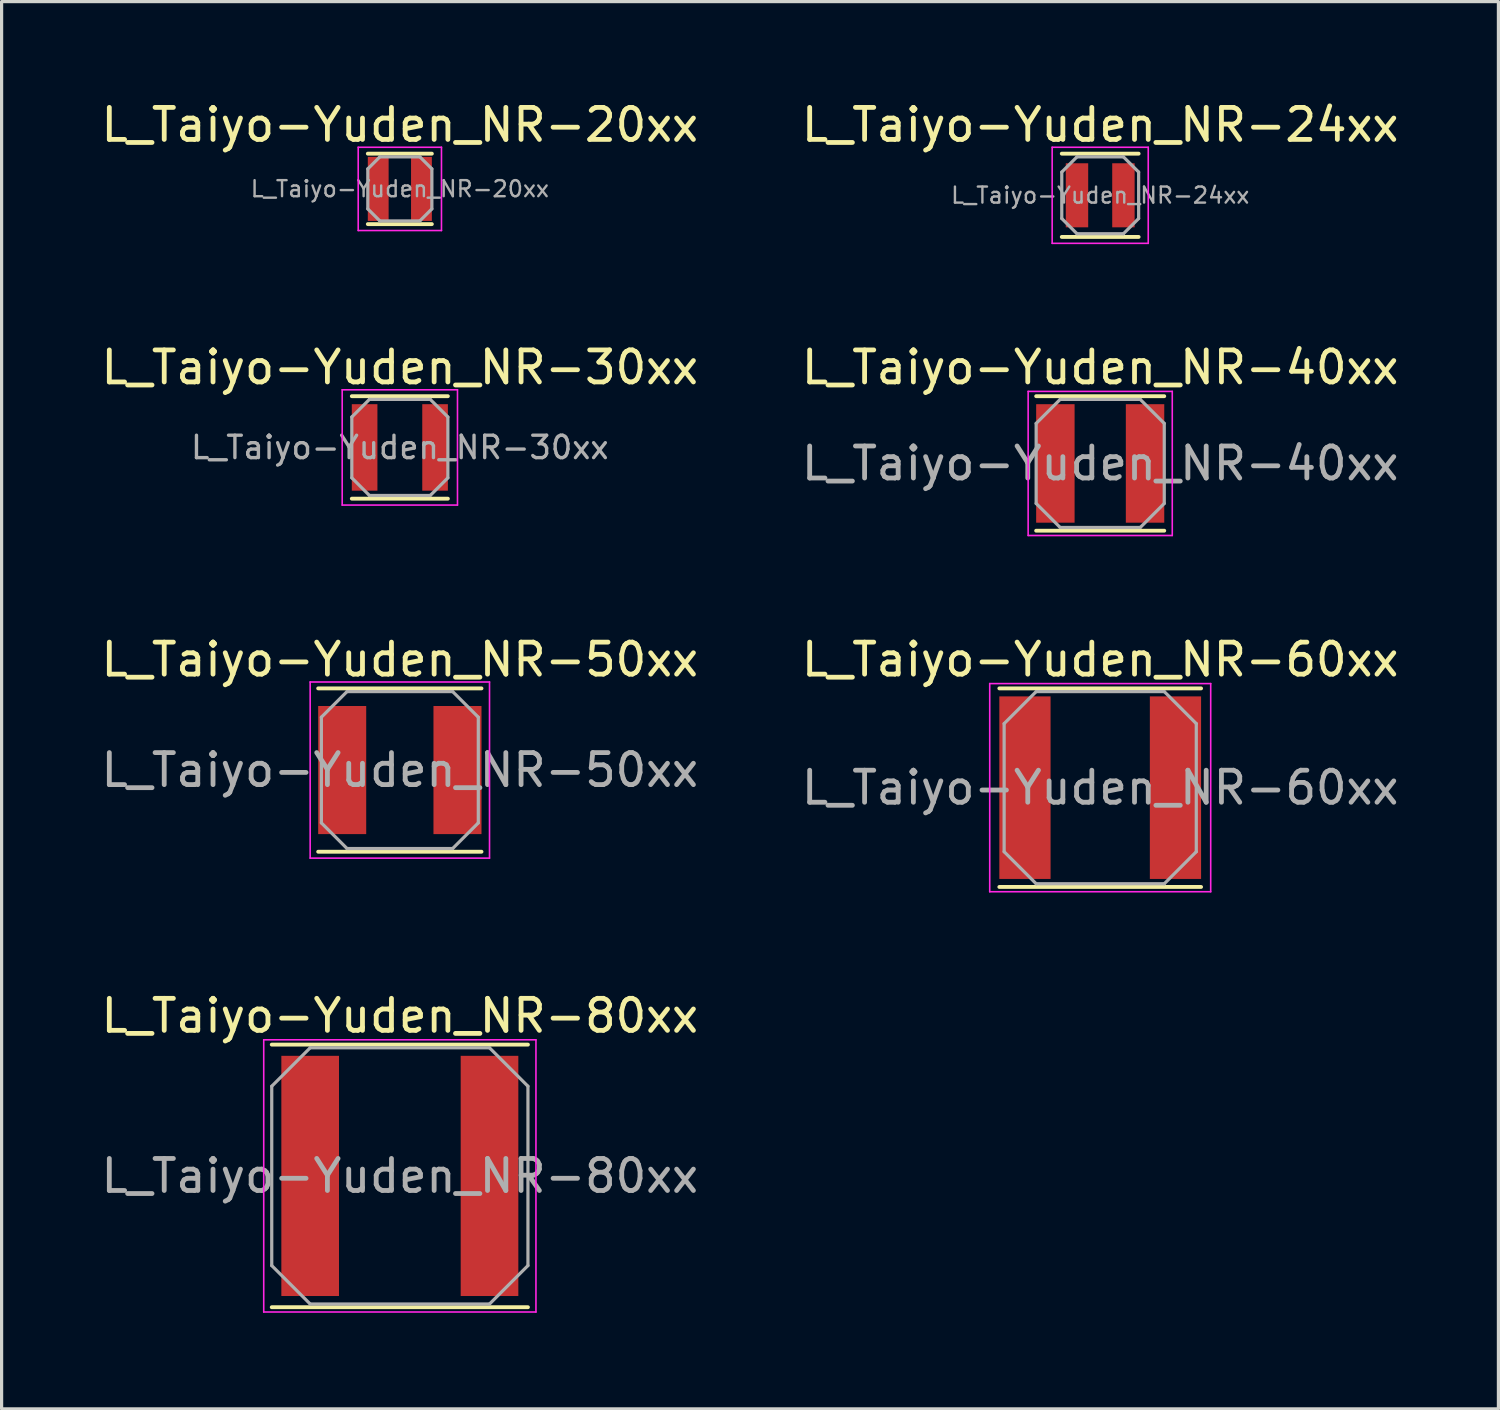
<source format=kicad_pcb>
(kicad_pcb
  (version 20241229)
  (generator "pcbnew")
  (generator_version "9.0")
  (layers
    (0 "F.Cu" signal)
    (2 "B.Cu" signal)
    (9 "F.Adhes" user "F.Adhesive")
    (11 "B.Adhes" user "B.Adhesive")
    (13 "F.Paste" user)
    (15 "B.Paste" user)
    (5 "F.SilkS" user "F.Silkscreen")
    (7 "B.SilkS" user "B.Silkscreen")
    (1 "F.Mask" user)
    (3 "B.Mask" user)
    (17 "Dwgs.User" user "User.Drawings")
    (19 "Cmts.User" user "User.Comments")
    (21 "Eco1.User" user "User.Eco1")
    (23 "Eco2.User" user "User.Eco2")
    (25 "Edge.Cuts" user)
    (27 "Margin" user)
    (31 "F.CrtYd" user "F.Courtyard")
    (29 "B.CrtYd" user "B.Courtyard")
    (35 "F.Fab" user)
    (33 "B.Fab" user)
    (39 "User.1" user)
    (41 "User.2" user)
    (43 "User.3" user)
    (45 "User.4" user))
  (footprint "L_Taiyo-Yuden_NR-60xx"
    (layer "F.Cu")
    (at 31.304 21.545)
    (property "Reference" "L_Taiyo-Yuden_NR-60xx" (at 0 -4 0) (layer "F.SilkS") (effects (font (size 1 1) (thickness 0.15))))
    (attr smd)
    (fp_line (start -3.15 -3.1) (end 3.15 -3.1) (stroke (width 0.12) (type solid)) (layer "F.SilkS"))
    (fp_line (start -3.15 3.1) (end 3.15 3.1) (stroke (width 0.12) (type solid)) (layer "F.SilkS"))
    (fp_line (start -3.45 -3.25) (end -3.45 3.25) (stroke (width 0.05) (type solid)) (layer "F.CrtYd"))
    (fp_line (start -3.45 3.25) (end 3.45 3.25) (stroke (width 0.05) (type solid)) (layer "F.CrtYd"))
    (fp_line (start 3.45 -3.25) (end -3.45 -3.25) (stroke (width 0.05) (type solid)) (layer "F.CrtYd"))
    (fp_line (start 3.45 3.25) (end 3.45 -3.25) (stroke (width 0.05) (type solid)) (layer "F.CrtYd"))
    (fp_line (start -3 -2) (end -2 -3) (stroke (width 0.1) (type solid)) (layer "F.Fab"))
    (fp_line (start -3 2) (end -3 -2) (stroke (width 0.1) (type solid)) (layer "F.Fab"))
    (fp_line (start -3 2) (end -2 3) (stroke (width 0.1) (type solid)) (layer "F.Fab"))
    (fp_line (start -2 -3) (end 2 -3) (stroke (width 0.1) (type solid)) (layer "F.Fab"))
    (fp_line (start -2 3) (end 2 3) (stroke (width 0.1) (type solid)) (layer "F.Fab"))
    (fp_line (start 3 -2) (end 2 -3) (stroke (width 0.1) (type solid)) (layer "F.Fab"))
    (fp_line (start 3 2) (end 2 3) (stroke (width 0.1) (type solid)) (layer "F.Fab"))
    (fp_line (start 3 2) (end 3 -2) (stroke (width 0.1) (type solid)) (layer "F.Fab"))
    (fp_text user "${REFERENCE}" (at 0 0 0) (layer "F.Fab") (effects (font (size 1 1) (thickness 0.15))))
    (pad "1" smd rect (at -2.35 0) (size 1.6 5.7) (layers "F.Cu" "F.Mask" "F.Paste"))
    (pad "2" smd rect (at 2.35 0) (size 1.6 5.7) (layers "F.Cu" "F.Mask" "F.Paste")))
  (footprint "L_Taiyo-Yuden_NR-20xx"
    (layer "F.Cu")
    (at 9.435 2.848)
    (property "Reference" "L_Taiyo-Yuden_NR-20xx" (at 0 -2 0) (layer "F.SilkS") (effects (font (size 1 1) (thickness 0.15))))
    (attr smd)
    (fp_line (start -1 -1.1) (end 1 -1.1) (stroke (width 0.12) (type solid)) (layer "F.SilkS"))
    (fp_line (start -1 1.1) (end 1 1.1) (stroke (width 0.12) (type solid)) (layer "F.SilkS"))
    (fp_line (start -1.3 -1.3) (end -1.3 1.3) (stroke (width 0.05) (type solid)) (layer "F.CrtYd"))
    (fp_line (start -1.3 1.3) (end 1.3 1.3) (stroke (width 0.05) (type solid)) (layer "F.CrtYd"))
    (fp_line (start 1.3 -1.3) (end -1.3 -1.3) (stroke (width 0.05) (type solid)) (layer "F.CrtYd"))
    (fp_line (start 1.3 1.3) (end 1.3 -1.3) (stroke (width 0.05) (type solid)) (layer "F.CrtYd"))
    (fp_line (start -1 -0.625) (end -1 0.625) (stroke (width 0.1) (type solid)) (layer "F.Fab"))
    (fp_line (start -1 -0.625) (end -0.625 -1) (stroke (width 0.1) (type solid)) (layer "F.Fab"))
    (fp_line (start -1 0.625) (end -0.625 1) (stroke (width 0.1) (type solid)) (layer "F.Fab"))
    (fp_line (start -0.625 -1) (end 0.625 -1) (stroke (width 0.1) (type solid)) (layer "F.Fab"))
    (fp_line (start -0.625 1) (end 0.625 1) (stroke (width 0.1) (type solid)) (layer "F.Fab"))
    (fp_line (start 1 -0.625) (end 0.625 -1) (stroke (width 0.1) (type solid)) (layer "F.Fab"))
    (fp_line (start 1 0.625) (end 0.625 1) (stroke (width 0.1) (type solid)) (layer "F.Fab"))
    (fp_line (start 1 0.625) (end 1 -0.625) (stroke (width 0.1) (type solid)) (layer "F.Fab"))
    (fp_text user "${REFERENCE}" (at 0 0 0) (layer "F.Fab") (effects (font (size 0.5 0.5) (thickness 0.075))))
    (pad "1" smd rect (at -0.675 0) (size 0.65 2) (layers "F.Cu" "F.Mask" "F.Paste"))
    (pad "2" smd rect (at 0.675 0) (size 0.65 2) (layers "F.Cu" "F.Mask" "F.Paste")))
  (footprint "L_Taiyo-Yuden_NR-80xx"
    (layer "F.Cu")
    (at 9.435 33.668)
    (property "Reference" "L_Taiyo-Yuden_NR-80xx" (at 0 -5 0) (layer "F.SilkS") (effects (font (size 1 1) (thickness 0.15))))
    (attr smd)
    (fp_line (start -4 -4.1) (end 4 -4.1) (stroke (width 0.12) (type solid)) (layer "F.SilkS"))
    (fp_line (start -4 4.1) (end 4 4.1) (stroke (width 0.12) (type solid)) (layer "F.SilkS"))
    (fp_line (start -4.25 -4.25) (end -4.25 4.25) (stroke (width 0.05) (type solid)) (layer "F.CrtYd"))
    (fp_line (start -4.25 4.25) (end 4.25 4.25) (stroke (width 0.05) (type solid)) (layer "F.CrtYd"))
    (fp_line (start 4.25 -4.25) (end -4.25 -4.25) (stroke (width 0.05) (type solid)) (layer "F.CrtYd"))
    (fp_line (start 4.25 4.25) (end 4.25 -4.25) (stroke (width 0.05) (type solid)) (layer "F.CrtYd"))
    (fp_line (start -4 -2.8) (end -2.8 -4) (stroke (width 0.1) (type solid)) (layer "F.Fab"))
    (fp_line (start -4 2.8) (end -4 -2.8) (stroke (width 0.1) (type solid)) (layer "F.Fab"))
    (fp_line (start -4 2.8) (end -2.8 4) (stroke (width 0.1) (type solid)) (layer "F.Fab"))
    (fp_line (start -2.8 -4) (end 2.8 -4) (stroke (width 0.1) (type solid)) (layer "F.Fab"))
    (fp_line (start -2.8 4) (end 2.8 4) (stroke (width 0.1) (type solid)) (layer "F.Fab"))
    (fp_line (start 4 -2.8) (end 2.8 -4) (stroke (width 0.1) (type solid)) (layer "F.Fab"))
    (fp_line (start 4 2.8) (end 2.8 4) (stroke (width 0.1) (type solid)) (layer "F.Fab"))
    (fp_line (start 4 2.8) (end 4 -2.8) (stroke (width 0.1) (type solid)) (layer "F.Fab"))
    (fp_text user "${REFERENCE}" (at 0 0 0) (layer "F.Fab") (effects (font (size 1 1) (thickness 0.15))))
    (pad "1" smd rect (at -2.8 0) (size 1.8 7.5) (layers "F.Cu" "F.Mask" "F.Paste"))
    (pad "2" smd rect (at 2.8 0) (size 1.8 7.5) (layers "F.Cu" "F.Mask" "F.Paste")))
  (footprint "L_Taiyo-Yuden_NR-40xx"
    (layer "F.Cu")
    (at 31.304 11.421)
    (property "Reference" "L_Taiyo-Yuden_NR-40xx" (at 0 -3 0) (layer "F.SilkS") (effects (font (size 1 1) (thickness 0.15))))
    (attr smd)
    (fp_line (start -2 -2.1) (end 2 -2.1) (stroke (width 0.12) (type solid)) (layer "F.SilkS"))
    (fp_line (start -2 2.1) (end 2 2.1) (stroke (width 0.12) (type solid)) (layer "F.SilkS"))
    (fp_line (start -2.25 -2.25) (end -2.25 2.25) (stroke (width 0.05) (type solid)) (layer "F.CrtYd"))
    (fp_line (start -2.25 2.25) (end 2.25 2.25) (stroke (width 0.05) (type solid)) (layer "F.CrtYd"))
    (fp_line (start 2.25 -2.25) (end -2.25 -2.25) (stroke (width 0.05) (type solid)) (layer "F.CrtYd"))
    (fp_line (start 2.25 2.25) (end 2.25 -2.25) (stroke (width 0.05) (type solid)) (layer "F.CrtYd"))
    (fp_line (start -2 -1.25) (end -1.25 -2) (stroke (width 0.1) (type solid)) (layer "F.Fab"))
    (fp_line (start -2 1.25) (end -2 -1.25) (stroke (width 0.1) (type solid)) (layer "F.Fab"))
    (fp_line (start -2 1.25) (end -1.25 2) (stroke (width 0.1) (type solid)) (layer "F.Fab"))
    (fp_line (start -1.25 -2) (end 1.25 -2) (stroke (width 0.1) (type solid)) (layer "F.Fab"))
    (fp_line (start -1.25 2) (end 1.25 2) (stroke (width 0.1) (type solid)) (layer "F.Fab"))
    (fp_line (start 2 -1.25) (end 1.25 -2) (stroke (width 0.1) (type solid)) (layer "F.Fab"))
    (fp_line (start 2 -1.25) (end 2 1.25) (stroke (width 0.1) (type solid)) (layer "F.Fab"))
    (fp_line (start 2 1.25) (end 1.25 2) (stroke (width 0.1) (type solid)) (layer "F.Fab"))
    (fp_text user "${REFERENCE}" (at 0 0 0) (layer "F.Fab") (effects (font (size 1 1) (thickness 0.15))))
    (pad "1" smd rect (at -1.4 0) (size 1.2 3.7) (layers "F.Cu" "F.Mask" "F.Paste"))
    (pad "2" smd rect (at 1.4 0) (size 1.2 3.7) (layers "F.Cu" "F.Mask" "F.Paste")))
  (footprint "L_Taiyo-Yuden_NR-50xx"
    (layer "F.Cu")
    (at 9.435 20.995)
    (property "Reference" "L_Taiyo-Yuden_NR-50xx" (at 0 -3.45 0) (layer "F.SilkS") (effects (font (size 1 1) (thickness 0.15))))
    (attr smd)
    (fp_line (start -2.55 -2.55) (end 2.55 -2.55) (stroke (width 0.12) (type solid)) (layer "F.SilkS"))
    (fp_line (start -2.55 2.55) (end 2.55 2.55) (stroke (width 0.12) (type solid)) (layer "F.SilkS"))
    (fp_line (start -2.8 -2.75) (end -2.8 2.75) (stroke (width 0.05) (type solid)) (layer "F.CrtYd"))
    (fp_line (start -2.8 2.75) (end 2.8 2.75) (stroke (width 0.05) (type solid)) (layer "F.CrtYd"))
    (fp_line (start 2.8 -2.75) (end -2.8 -2.75) (stroke (width 0.05) (type solid)) (layer "F.CrtYd"))
    (fp_line (start 2.8 2.75) (end 2.8 -2.75) (stroke (width 0.05) (type solid)) (layer "F.CrtYd"))
    (fp_line (start -2.45 -1.65) (end -1.65 -2.45) (stroke (width 0.1) (type solid)) (layer "F.Fab"))
    (fp_line (start -2.45 1.65) (end -2.45 -1.65) (stroke (width 0.1) (type solid)) (layer "F.Fab"))
    (fp_line (start -2.45 1.65) (end -1.65 2.45) (stroke (width 0.1) (type solid)) (layer "F.Fab"))
    (fp_line (start -1.65 -2.45) (end 1.65 -2.45) (stroke (width 0.1) (type solid)) (layer "F.Fab"))
    (fp_line (start -1.65 2.45) (end 1.65 2.45) (stroke (width 0.1) (type solid)) (layer "F.Fab"))
    (fp_line (start 2.45 -1.65) (end 1.65 -2.45) (stroke (width 0.1) (type solid)) (layer "F.Fab"))
    (fp_line (start 2.45 -1.65) (end 2.45 1.65) (stroke (width 0.1) (type solid)) (layer "F.Fab"))
    (fp_line (start 2.45 1.65) (end 1.65 2.45) (stroke (width 0.1) (type solid)) (layer "F.Fab"))
    (fp_text user "${REFERENCE}" (at 0 0 0) (layer "F.Fab") (effects (font (size 1 1) (thickness 0.15))))
    (pad "1" smd rect (at -1.8 0) (size 1.5 4) (layers "F.Cu" "F.Mask" "F.Paste"))
    (pad "2" smd rect (at 1.8 0) (size 1.5 4) (layers "F.Cu" "F.Mask" "F.Paste")))
  (footprint "L_Taiyo-Yuden_NR-24xx"
    (layer "F.Cu")
    (at 31.304 3.048)
    (property "Reference" "L_Taiyo-Yuden_NR-24xx" (at 0 -2.2 0) (layer "F.SilkS") (effects (font (size 1 1) (thickness 0.15))))
    (attr smd)
    (fp_line (start -1.2 -1.3) (end 1.2 -1.3) (stroke (width 0.12) (type solid)) (layer "F.SilkS"))
    (fp_line (start -1.2 1.3) (end 1.2 1.3) (stroke (width 0.12) (type solid)) (layer "F.SilkS"))
    (fp_line (start -1.5 -1.5) (end -1.5 1.5) (stroke (width 0.05) (type solid)) (layer "F.CrtYd"))
    (fp_line (start -1.5 1.5) (end 1.5 1.5) (stroke (width 0.05) (type solid)) (layer "F.CrtYd"))
    (fp_line (start 1.5 -1.5) (end -1.5 -1.5) (stroke (width 0.05) (type solid)) (layer "F.CrtYd"))
    (fp_line (start 1.5 1.5) (end 1.5 -1.5) (stroke (width 0.05) (type solid)) (layer "F.CrtYd"))
    (fp_line (start -1.2 -0.725) (end -1.2 0.725) (stroke (width 0.1) (type solid)) (layer "F.Fab"))
    (fp_line (start -1.2 -0.725) (end -0.725 -1.2) (stroke (width 0.1) (type solid)) (layer "F.Fab"))
    (fp_line (start -1.2 0.725) (end -0.725 1.2) (stroke (width 0.1) (type solid)) (layer "F.Fab"))
    (fp_line (start -0.725 -1.2) (end 0.725 -1.2) (stroke (width 0.1) (type solid)) (layer "F.Fab"))
    (fp_line (start -0.725 1.2) (end 0.725 1.2) (stroke (width 0.1) (type solid)) (layer "F.Fab"))
    (fp_line (start 1.2 -0.725) (end 0.725 -1.2) (stroke (width 0.1) (type solid)) (layer "F.Fab"))
    (fp_line (start 1.2 -0.725) (end 1.2 0.725) (stroke (width 0.1) (type solid)) (layer "F.Fab"))
    (fp_line (start 1.2 0.725) (end 0.725 1.2) (stroke (width 0.1) (type solid)) (layer "F.Fab"))
    (fp_text user "${REFERENCE}" (at 0 0 0) (layer "F.Fab") (effects (font (size 0.5 0.5) (thickness 0.075))))
    (pad "1" smd rect (at -0.725 0) (size 0.7 2) (layers "F.Cu" "F.Mask" "F.Paste"))
    (pad "2" smd rect (at 0.725 0) (size 0.7 2) (layers "F.Cu" "F.Mask" "F.Paste")))
  (footprint "L_Taiyo-Yuden_NR-30xx"
    (layer "F.Cu")
    (at 9.435 10.921)
    (property "Reference" "L_Taiyo-Yuden_NR-30xx" (at 0 -2.5 0) (layer "F.SilkS") (effects (font (size 1 1) (thickness 0.15))))
    (attr smd)
    (fp_line (start -1.5 -1.6) (end 1.5 -1.6) (stroke (width 0.12) (type solid)) (layer "F.SilkS"))
    (fp_line (start -1.5 1.6) (end 1.5 1.6) (stroke (width 0.12) (type solid)) (layer "F.SilkS"))
    (fp_line (start -1.8 -1.8) (end -1.8 1.8) (stroke (width 0.05) (type solid)) (layer "F.CrtYd"))
    (fp_line (start -1.8 1.8) (end 1.8 1.8) (stroke (width 0.05) (type solid)) (layer "F.CrtYd"))
    (fp_line (start 1.8 -1.8) (end -1.8 -1.8) (stroke (width 0.05) (type solid)) (layer "F.CrtYd"))
    (fp_line (start 1.8 1.8) (end 1.8 -1.8) (stroke (width 0.05) (type solid)) (layer "F.CrtYd"))
    (fp_line (start -1.5 -0.95) (end -1.5 0.95) (stroke (width 0.1) (type solid)) (layer "F.Fab"))
    (fp_line (start -1.5 -0.95) (end -0.95 -1.5) (stroke (width 0.1) (type solid)) (layer "F.Fab"))
    (fp_line (start -1.5 0.95) (end -0.95 1.5) (stroke (width 0.1) (type solid)) (layer "F.Fab"))
    (fp_line (start -0.95 -1.5) (end 0.95 -1.5) (stroke (width 0.1) (type solid)) (layer "F.Fab"))
    (fp_line (start -0.95 1.5) (end 0.95 1.5) (stroke (width 0.1) (type solid)) (layer "F.Fab"))
    (fp_line (start 1.5 -0.95) (end 0.95 -1.5) (stroke (width 0.1) (type solid)) (layer "F.Fab"))
    (fp_line (start 1.5 0.95) (end 0.95 1.5) (stroke (width 0.1) (type solid)) (layer "F.Fab"))
    (fp_line (start 1.5 0.95) (end 1.5 -0.95) (stroke (width 0.1) (type solid)) (layer "F.Fab"))
    (fp_text user "${REFERENCE}" (at 0 0 0) (layer "F.Fab") (effects (font (size 0.7 0.7) (thickness 0.105))))
    (pad "1" smd rect (at -1.1 0) (size 0.8 2.7) (layers "F.Cu" "F.Mask" "F.Paste"))
    (pad "2" smd rect (at 1.1 0) (size 0.8 2.7) (layers "F.Cu" "F.Mask" "F.Paste")))
  (gr_rect
    (start -3 -3)
    (end 43.738 40.943)
    (stroke (width 0.1) (type default))
    (fill no)
    (layer "Edge.Cuts")))
</source>
